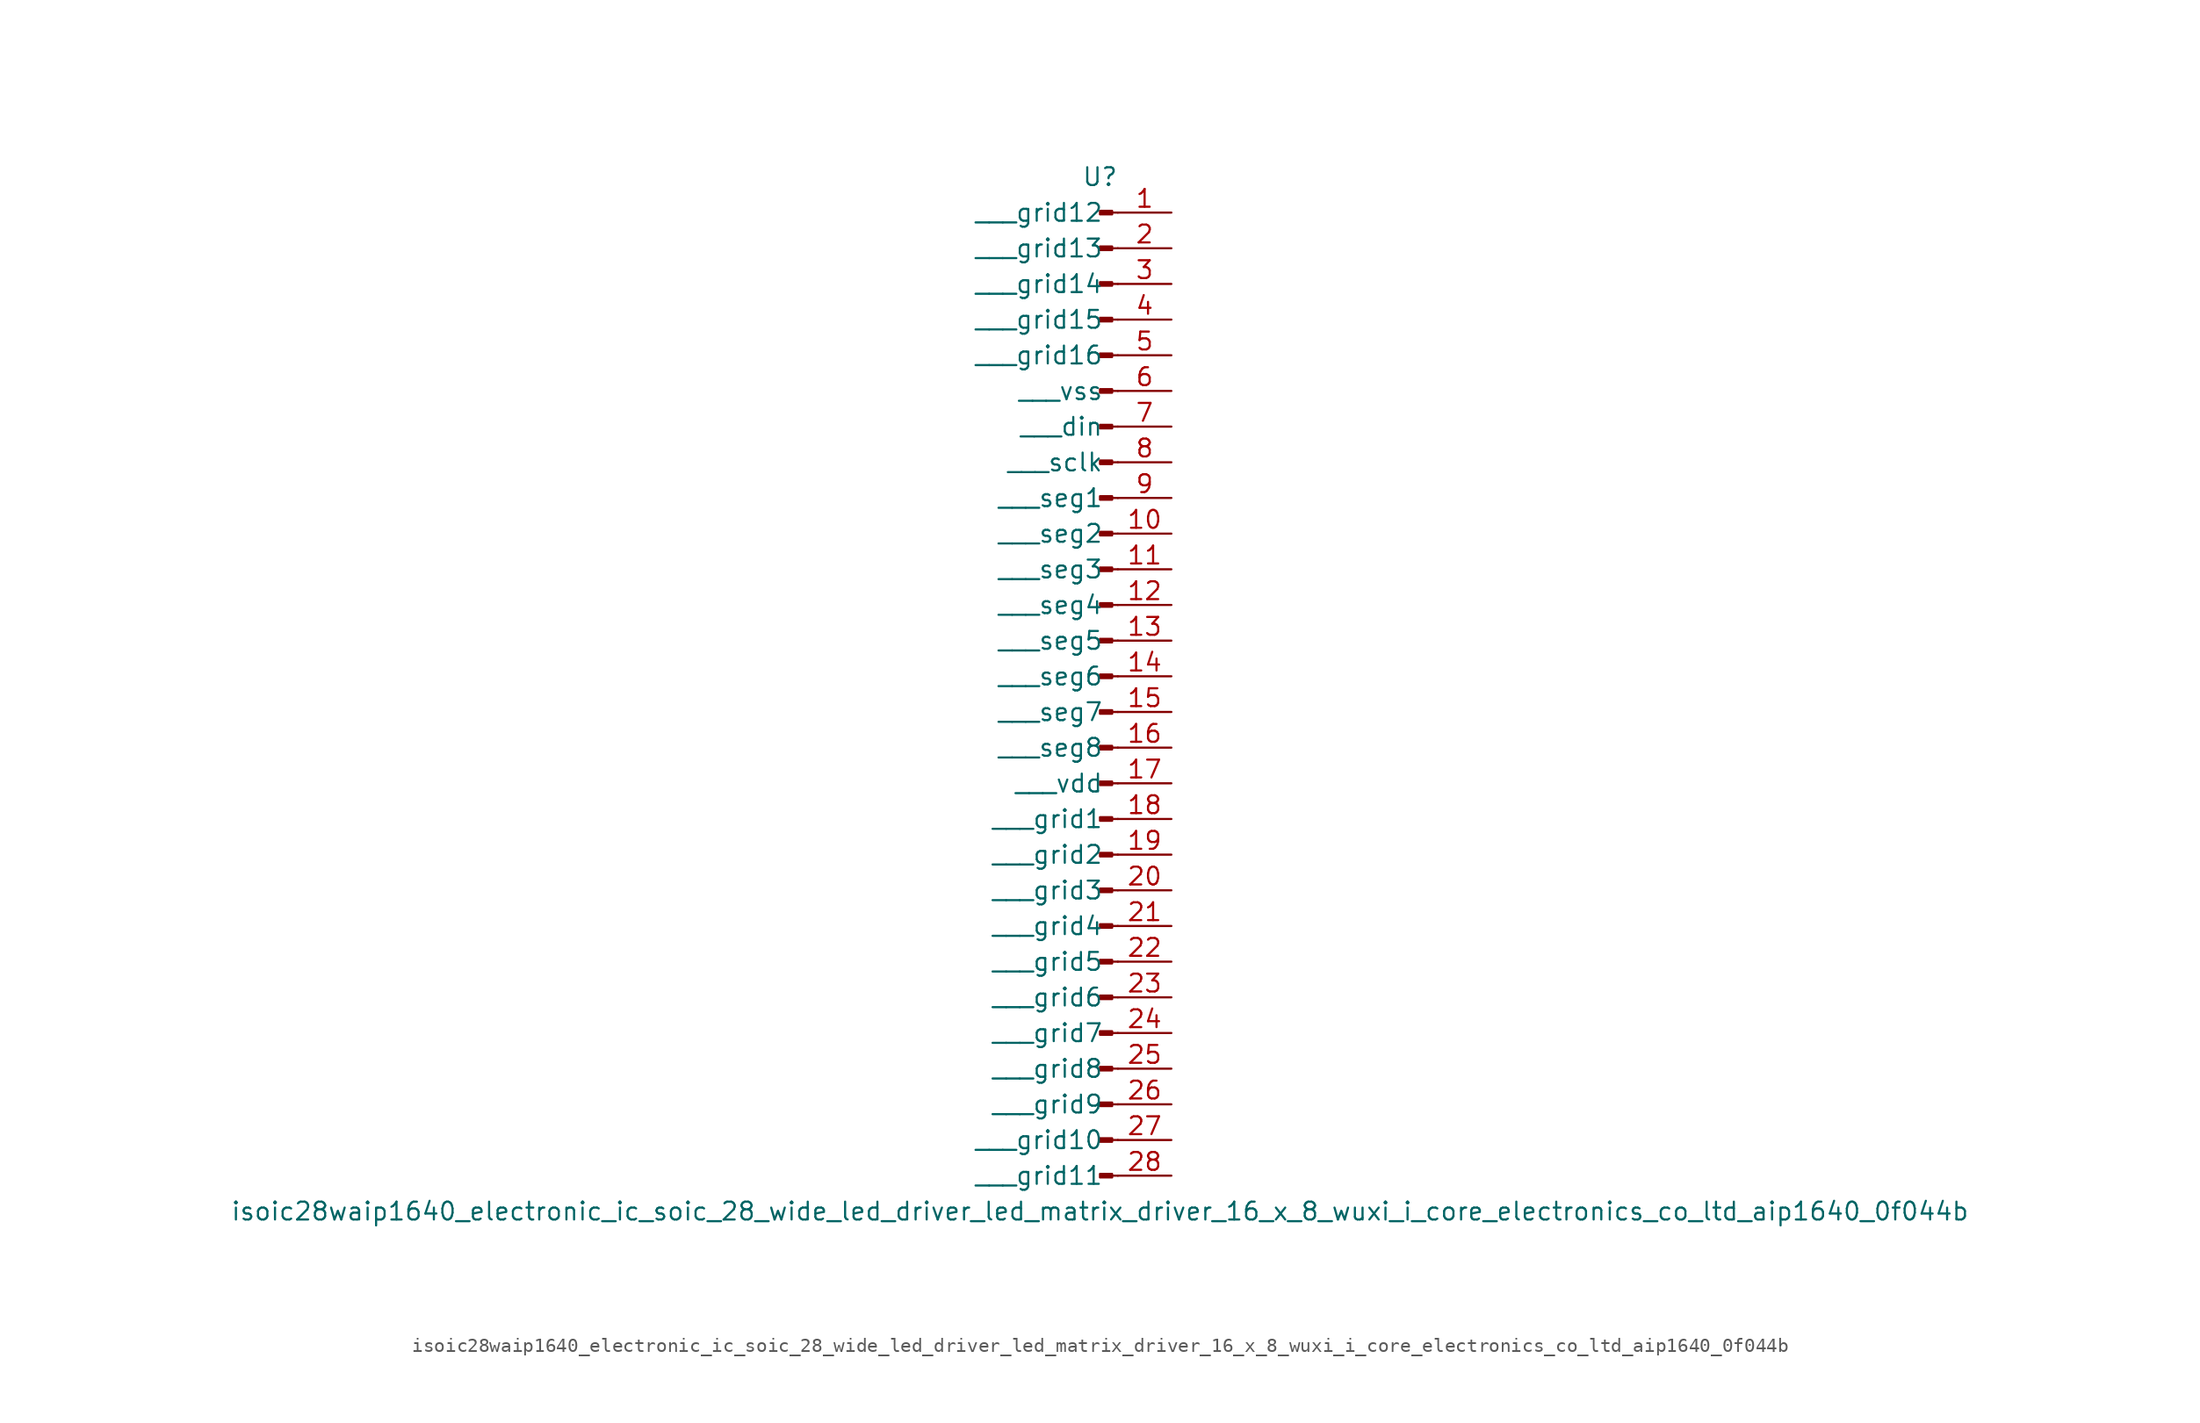
<source format=kicad_sym>
(kicad_symbol_lib
  (version 20220914)
  (generator kicad_symbol_editor)
  (symbol "isoic28waip1640_electronic_ic_soic_28_wide_led_driver_led_matrix_driver_16_x_8_wuxi_i_core_electronics_co_ltd_aip1640_0f044b"
    (pin_names
      (offset 1.016))
    (property "Reference" "U"
      (at 0 35.56 0)
      (effects (font (size 1.27 1.27))))
    (property "Value" "isoic28waip1640_electronic_ic_soic_28_wide_led_driver_led_matrix_driver_16_x_8_wuxi_i_core_electronics_co_ltd_aip1640_0f044b"
      (at 0 -38.1 0)
      (effects (font (size 1.27 1.27))))
    (property "ki_locked" ""
      (at 0 0 0)
      (effects (font (size 1.27 1.27))))
    (symbol "isoic28waip1640_electronic_ic_soic_28_wide_led_driver_led_matrix_driver_16_x_8_wuxi_i_core_electronics_co_ltd_aip1640_0f044b_1_1"
      (polyline (pts (xy 1.27 -35.56) (xy 0.864 -35.56)) (stroke (width 0.152) (type default)) (fill (type none)))
      (polyline (pts (xy 1.27 -33.02) (xy 0.864 -33.02)) (stroke (width 0.152) (type default)) (fill (type none)))
      (polyline (pts (xy 1.27 -30.48) (xy 0.864 -30.48)) (stroke (width 0.152) (type default)) (fill (type none)))
      (polyline (pts (xy 1.27 -27.94) (xy 0.864 -27.94)) (stroke (width 0.152) (type default)) (fill (type none)))
      (polyline (pts (xy 1.27 -25.4) (xy 0.864 -25.4)) (stroke (width 0.152) (type default)) (fill (type none)))
      (polyline (pts (xy 1.27 -22.86) (xy 0.864 -22.86)) (stroke (width 0.152) (type default)) (fill (type none)))
      (polyline (pts (xy 1.27 -20.32) (xy 0.864 -20.32)) (stroke (width 0.152) (type default)) (fill (type none)))
      (polyline (pts (xy 1.27 -17.78) (xy 0.864 -17.78)) (stroke (width 0.152) (type default)) (fill (type none)))
      (polyline (pts (xy 1.27 -15.24) (xy 0.864 -15.24)) (stroke (width 0.152) (type default)) (fill (type none)))
      (polyline (pts (xy 1.27 -12.7) (xy 0.864 -12.7)) (stroke (width 0.152) (type default)) (fill (type none)))
      (polyline (pts (xy 1.27 -10.16) (xy 0.864 -10.16)) (stroke (width 0.152) (type default)) (fill (type none)))
      (polyline (pts (xy 1.27 -7.62) (xy 0.864 -7.62)) (stroke (width 0.152) (type default)) (fill (type none)))
      (polyline (pts (xy 1.27 -5.08) (xy 0.864 -5.08)) (stroke (width 0.152) (type default)) (fill (type none)))
      (polyline (pts (xy 1.27 -2.54) (xy 0.864 -2.54)) (stroke (width 0.152) (type default)) (fill (type none)))
      (polyline (pts (xy 1.27 0) (xy 0.864 0)) (stroke (width 0.152) (type default)) (fill (type none)))
      (polyline (pts (xy 1.27 2.54) (xy 0.864 2.54)) (stroke (width 0.152) (type default)) (fill (type none)))
      (polyline (pts (xy 1.27 5.08) (xy 0.864 5.08)) (stroke (width 0.152) (type default)) (fill (type none)))
      (polyline (pts (xy 1.27 7.62) (xy 0.864 7.62)) (stroke (width 0.152) (type default)) (fill (type none)))
      (polyline (pts (xy 1.27 10.16) (xy 0.864 10.16)) (stroke (width 0.152) (type default)) (fill (type none)))
      (polyline (pts (xy 1.27 12.7) (xy 0.864 12.7)) (stroke (width 0.152) (type default)) (fill (type none)))
      (polyline (pts (xy 1.27 15.24) (xy 0.864 15.24)) (stroke (width 0.152) (type default)) (fill (type none)))
      (polyline (pts (xy 1.27 17.78) (xy 0.864 17.78)) (stroke (width 0.152) (type default)) (fill (type none)))
      (polyline (pts (xy 1.27 20.32) (xy 0.864 20.32)) (stroke (width 0.152) (type default)) (fill (type none)))
      (polyline (pts (xy 1.27 22.86) (xy 0.864 22.86)) (stroke (width 0.152) (type default)) (fill (type none)))
      (polyline (pts (xy 1.27 25.4) (xy 0.864 25.4)) (stroke (width 0.152) (type default)) (fill (type none)))
      (polyline (pts (xy 1.27 27.94) (xy 0.864 27.94)) (stroke (width 0.152) (type default)) (fill (type none)))
      (polyline (pts (xy 1.27 30.48) (xy 0.864 30.48)) (stroke (width 0.152) (type default)) (fill (type none)))
      (polyline (pts (xy 1.27 33.02) (xy 0.864 33.02)) (stroke (width 0.152) (type default)) (fill (type none)))
      (rectangle (start 0.864 -35.433) (end 0 -35.687) (stroke (width 0.152) (type default)) (fill (type outline)))
      (rectangle (start 0.864 -32.893) (end 0 -33.147) (stroke (width 0.152) (type default)) (fill (type outline)))
      (rectangle (start 0.864 -30.353) (end 0 -30.607) (stroke (width 0.152) (type default)) (fill (type outline)))
      (rectangle (start 0.864 -27.813) (end 0 -28.067) (stroke (width 0.152) (type default)) (fill (type outline)))
      (rectangle (start 0.864 -25.273) (end 0 -25.527) (stroke (width 0.152) (type default)) (fill (type outline)))
      (rectangle (start 0.864 -22.733) (end 0 -22.987) (stroke (width 0.152) (type default)) (fill (type outline)))
      (rectangle (start 0.864 -20.193) (end 0 -20.447) (stroke (width 0.152) (type default)) (fill (type outline)))
      (rectangle (start 0.864 -17.653) (end 0 -17.907) (stroke (width 0.152) (type default)) (fill (type outline)))
      (rectangle (start 0.864 -15.113) (end 0 -15.367) (stroke (width 0.152) (type default)) (fill (type outline)))
      (rectangle (start 0.864 -12.573) (end 0 -12.827) (stroke (width 0.152) (type default)) (fill (type outline)))
      (rectangle (start 0.864 -10.033) (end 0 -10.287) (stroke (width 0.152) (type default)) (fill (type outline)))
      (rectangle (start 0.864 -7.493) (end 0 -7.747) (stroke (width 0.152) (type default)) (fill (type outline)))
      (rectangle (start 0.864 -4.953) (end 0 -5.207) (stroke (width 0.152) (type default)) (fill (type outline)))
      (rectangle (start 0.864 -2.413) (end 0 -2.667) (stroke (width 0.152) (type default)) (fill (type outline)))
      (rectangle (start 0.864 0.127) (end 0 -0.127) (stroke (width 0.152) (type default)) (fill (type outline)))
      (rectangle (start 0.864 2.667) (end 0 2.413) (stroke (width 0.152) (type default)) (fill (type outline)))
      (rectangle (start 0.864 5.207) (end 0 4.953) (stroke (width 0.152) (type default)) (fill (type outline)))
      (rectangle (start 0.864 7.747) (end 0 7.493) (stroke (width 0.152) (type default)) (fill (type outline)))
      (rectangle (start 0.864 10.287) (end 0 10.033) (stroke (width 0.152) (type default)) (fill (type outline)))
      (rectangle (start 0.864 12.827) (end 0 12.573) (stroke (width 0.152) (type default)) (fill (type outline)))
      (rectangle (start 0.864 15.367) (end 0 15.113) (stroke (width 0.152) (type default)) (fill (type outline)))
      (rectangle (start 0.864 17.907) (end 0 17.653) (stroke (width 0.152) (type default)) (fill (type outline)))
      (rectangle (start 0.864 20.447) (end 0 20.193) (stroke (width 0.152) (type default)) (fill (type outline)))
      (rectangle (start 0.864 22.987) (end 0 22.733) (stroke (width 0.152) (type default)) (fill (type outline)))
      (rectangle (start 0.864 25.527) (end 0 25.273) (stroke (width 0.152) (type default)) (fill (type outline)))
      (rectangle (start 0.864 28.067) (end 0 27.813) (stroke (width 0.152) (type default)) (fill (type outline)))
      (rectangle (start 0.864 30.607) (end 0 30.353) (stroke (width 0.152) (type default)) (fill (type outline)))
      (rectangle (start 0.864 33.147) (end 0 32.893) (stroke (width 0.152) (type default)) (fill (type outline)))
      (pin passive line (at 5.08 33.02 180) (length 3.81) (name "   grid12" (effects (font (size 1.27 1.27)))) (number "1" (effects (font (size 1.27 1.27)))))
      (pin passive line (at 5.08 10.16 180) (length 3.81) (name "   seg2" (effects (font (size 1.27 1.27)))) (number "10" (effects (font (size 1.27 1.27)))))
      (pin passive line (at 5.08 7.62 180) (length 3.81) (name "   seg3" (effects (font (size 1.27 1.27)))) (number "11" (effects (font (size 1.27 1.27)))))
      (pin passive line (at 5.08 5.08 180) (length 3.81) (name "   seg4" (effects (font (size 1.27 1.27)))) (number "12" (effects (font (size 1.27 1.27)))))
      (pin passive line (at 5.08 2.54 180) (length 3.81) (name "   seg5" (effects (font (size 1.27 1.27)))) (number "13" (effects (font (size 1.27 1.27)))))
      (pin passive line (at 5.08 0 180) (length 3.81) (name "   seg6" (effects (font (size 1.27 1.27)))) (number "14" (effects (font (size 1.27 1.27)))))
      (pin passive line (at 5.08 -2.54 180) (length 3.81) (name "   seg7" (effects (font (size 1.27 1.27)))) (number "15" (effects (font (size 1.27 1.27)))))
      (pin passive line (at 5.08 -5.08 180) (length 3.81) (name "   seg8" (effects (font (size 1.27 1.27)))) (number "16" (effects (font (size 1.27 1.27)))))
      (pin passive line (at 5.08 -7.62 180) (length 3.81) (name "   vdd" (effects (font (size 1.27 1.27)))) (number "17" (effects (font (size 1.27 1.27)))))
      (pin passive line (at 5.08 -10.16 180) (length 3.81) (name "   grid1" (effects (font (size 1.27 1.27)))) (number "18" (effects (font (size 1.27 1.27)))))
      (pin passive line (at 5.08 -12.7 180) (length 3.81) (name "   grid2" (effects (font (size 1.27 1.27)))) (number "19" (effects (font (size 1.27 1.27)))))
      (pin passive line (at 5.08 30.48 180) (length 3.81) (name "   grid13" (effects (font (size 1.27 1.27)))) (number "2" (effects (font (size 1.27 1.27)))))
      (pin passive line (at 5.08 -15.24 180) (length 3.81) (name "   grid3" (effects (font (size 1.27 1.27)))) (number "20" (effects (font (size 1.27 1.27)))))
      (pin passive line (at 5.08 -17.78 180) (length 3.81) (name "   grid4" (effects (font (size 1.27 1.27)))) (number "21" (effects (font (size 1.27 1.27)))))
      (pin passive line (at 5.08 -20.32 180) (length 3.81) (name "   grid5" (effects (font (size 1.27 1.27)))) (number "22" (effects (font (size 1.27 1.27)))))
      (pin passive line (at 5.08 -22.86 180) (length 3.81) (name "   grid6" (effects (font (size 1.27 1.27)))) (number "23" (effects (font (size 1.27 1.27)))))
      (pin passive line (at 5.08 -25.4 180) (length 3.81) (name "   grid7" (effects (font (size 1.27 1.27)))) (number "24" (effects (font (size 1.27 1.27)))))
      (pin passive line (at 5.08 -27.94 180) (length 3.81) (name "   grid8" (effects (font (size 1.27 1.27)))) (number "25" (effects (font (size 1.27 1.27)))))
      (pin passive line (at 5.08 -30.48 180) (length 3.81) (name "   grid9" (effects (font (size 1.27 1.27)))) (number "26" (effects (font (size 1.27 1.27)))))
      (pin passive line (at 5.08 -33.02 180) (length 3.81) (name "   grid10" (effects (font (size 1.27 1.27)))) (number "27" (effects (font (size 1.27 1.27)))))
      (pin passive line (at 5.08 -35.56 180) (length 3.81) (name "   grid11" (effects (font (size 1.27 1.27)))) (number "28" (effects (font (size 1.27 1.27)))))
      (pin passive line (at 5.08 27.94 180) (length 3.81) (name "   grid14" (effects (font (size 1.27 1.27)))) (number "3" (effects (font (size 1.27 1.27)))))
      (pin passive line (at 5.08 25.4 180) (length 3.81) (name "   grid15" (effects (font (size 1.27 1.27)))) (number "4" (effects (font (size 1.27 1.27)))))
      (pin passive line (at 5.08 22.86 180) (length 3.81) (name "   grid16" (effects (font (size 1.27 1.27)))) (number "5" (effects (font (size 1.27 1.27)))))
      (pin passive line (at 5.08 20.32 180) (length 3.81) (name "   vss" (effects (font (size 1.27 1.27)))) (number "6" (effects (font (size 1.27 1.27)))))
      (pin passive line (at 5.08 17.78 180) (length 3.81) (name "   din" (effects (font (size 1.27 1.27)))) (number "7" (effects (font (size 1.27 1.27)))))
      (pin passive line (at 5.08 15.24 180) (length 3.81) (name "   sclk" (effects (font (size 1.27 1.27)))) (number "8" (effects (font (size 1.27 1.27)))))
      (pin passive line (at 5.08 12.7 180) (length 3.81) (name "   seg1" (effects (font (size 1.27 1.27)))) (number "9" (effects (font (size 1.27 1.27))))))))
</source>
